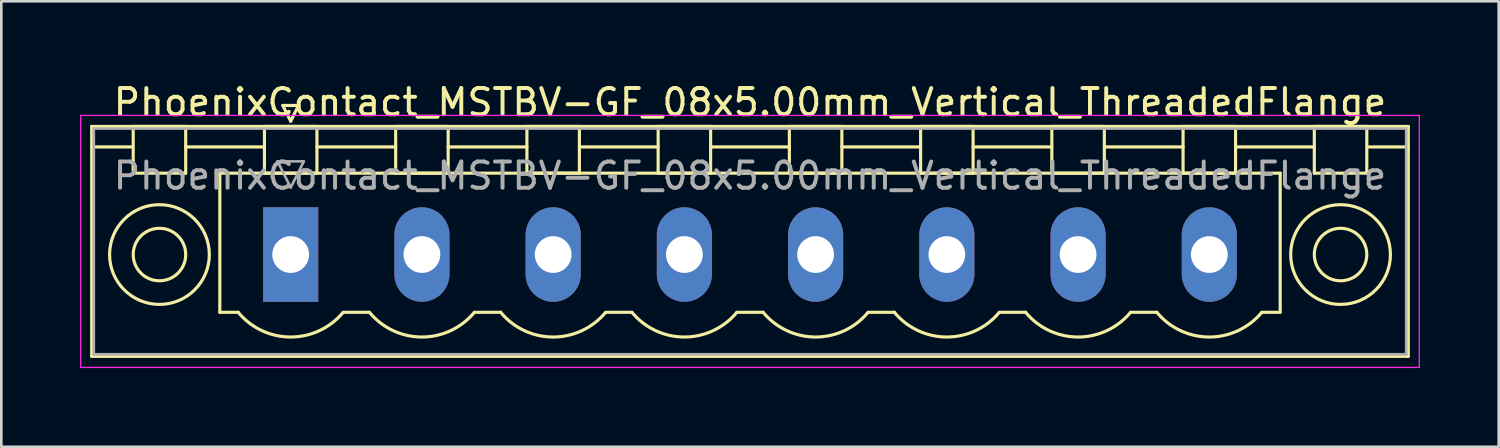
<source format=kicad_pcb>
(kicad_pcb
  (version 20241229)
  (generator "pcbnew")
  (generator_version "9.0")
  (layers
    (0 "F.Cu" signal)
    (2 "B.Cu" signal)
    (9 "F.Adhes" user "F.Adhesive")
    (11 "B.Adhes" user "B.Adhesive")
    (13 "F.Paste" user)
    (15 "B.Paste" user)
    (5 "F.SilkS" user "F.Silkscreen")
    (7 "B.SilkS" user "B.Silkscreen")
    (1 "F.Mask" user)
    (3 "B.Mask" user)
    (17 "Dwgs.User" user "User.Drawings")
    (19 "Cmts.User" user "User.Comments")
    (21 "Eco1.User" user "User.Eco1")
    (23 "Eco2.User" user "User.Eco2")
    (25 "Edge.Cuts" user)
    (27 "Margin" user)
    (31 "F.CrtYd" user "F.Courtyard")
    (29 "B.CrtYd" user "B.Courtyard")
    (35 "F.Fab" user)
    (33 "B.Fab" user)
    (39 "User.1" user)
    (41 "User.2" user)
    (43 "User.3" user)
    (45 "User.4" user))
  (footprint "PhoenixContact_MSTBV-GF_08x5.00mm_Vertical_ThreadedFlange"
    (layer "F.Cu")
    (at 8.025 6.648)
    (property "Reference" "PhoenixContact_MSTBV-GF_08x5.00mm_Vertical_ThreadedFlange" (at 17.5 -5.8 0) (layer "F.SilkS") (effects (font (size 1 1) (thickness 0.15))))
    (attr through_hole)
    (fp_line (start -7.58 -4.88) (end -7.58 3.88) (stroke (width 0.12) (type solid)) (layer "F.SilkS"))
    (fp_line (start -7.58 -4.1) (end -6.08 -4.1) (stroke (width 0.12) (type solid)) (layer "F.SilkS"))
    (fp_line (start -7.58 3.88) (end 42.58 3.88) (stroke (width 0.12) (type solid)) (layer "F.SilkS"))
    (fp_line (start -6 -4.88) (end -4 -4.88) (stroke (width 0.12) (type solid)) (layer "F.SilkS"))
    (fp_line (start -6 -3.1) (end -6 -4.88) (stroke (width 0.12) (type solid)) (layer "F.SilkS"))
    (fp_line (start -4 -4.88) (end -4 -3.1) (stroke (width 0.12) (type solid)) (layer "F.SilkS"))
    (fp_line (start -4 -4.1) (end -1 -4.1) (stroke (width 0.12) (type solid)) (layer "F.SilkS"))
    (fp_line (start -4 -3.1) (end -6 -3.1) (stroke (width 0.12) (type solid)) (layer "F.SilkS"))
    (fp_line (start -2.7 -3.1) (end 37.7 -3.1) (stroke (width 0.12) (type solid)) (layer "F.SilkS"))
    (fp_line (start -2.7 2.2) (end -2.7 -3.1) (stroke (width 0.12) (type solid)) (layer "F.SilkS"))
    (fp_line (start -2 2.2) (end -2.7 2.2) (stroke (width 0.12) (type solid)) (layer "F.SilkS"))
    (fp_line (start -1 -4.88) (end 1 -4.88) (stroke (width 0.12) (type solid)) (layer "F.SilkS"))
    (fp_line (start -1 -3.1) (end -1 -4.88) (stroke (width 0.12) (type solid)) (layer "F.SilkS"))
    (fp_line (start -0.3 -5.68) (end 0.3 -5.68) (stroke (width 0.12) (type solid)) (layer "F.SilkS"))
    (fp_line (start 0 -5.08) (end -0.3 -5.68) (stroke (width 0.12) (type solid)) (layer "F.SilkS"))
    (fp_line (start 0.3 -5.68) (end 0 -5.08) (stroke (width 0.12) (type solid)) (layer "F.SilkS"))
    (fp_line (start 1 -4.88) (end 1 -3.1) (stroke (width 0.12) (type solid)) (layer "F.SilkS"))
    (fp_line (start 1 -4.1) (end 4 -4.1) (stroke (width 0.12) (type solid)) (layer "F.SilkS"))
    (fp_line (start 1 -3.1) (end -1 -3.1) (stroke (width 0.12) (type solid)) (layer "F.SilkS"))
    (fp_line (start 2 2.2) (end 3 2.2) (stroke (width 0.12) (type solid)) (layer "F.SilkS"))
    (fp_line (start 4 -4.88) (end 6 -4.88) (stroke (width 0.12) (type solid)) (layer "F.SilkS"))
    (fp_line (start 4 -3.1) (end 4 -4.88) (stroke (width 0.12) (type solid)) (layer "F.SilkS"))
    (fp_line (start 6 -4.88) (end 6 -3.1) (stroke (width 0.12) (type solid)) (layer "F.SilkS"))
    (fp_line (start 6 -4.1) (end 9 -4.1) (stroke (width 0.12) (type solid)) (layer "F.SilkS"))
    (fp_line (start 6 -3.1) (end 4 -3.1) (stroke (width 0.12) (type solid)) (layer "F.SilkS"))
    (fp_line (start 7 2.2) (end 8 2.2) (stroke (width 0.12) (type solid)) (layer "F.SilkS"))
    (fp_line (start 9 -4.88) (end 11 -4.88) (stroke (width 0.12) (type solid)) (layer "F.SilkS"))
    (fp_line (start 9 -3.1) (end 9 -4.88) (stroke (width 0.12) (type solid)) (layer "F.SilkS"))
    (fp_line (start 11 -4.88) (end 11 -3.1) (stroke (width 0.12) (type solid)) (layer "F.SilkS"))
    (fp_line (start 11 -4.1) (end 14 -4.1) (stroke (width 0.12) (type solid)) (layer "F.SilkS"))
    (fp_line (start 11 -3.1) (end 9 -3.1) (stroke (width 0.12) (type solid)) (layer "F.SilkS"))
    (fp_line (start 12 2.2) (end 13 2.2) (stroke (width 0.12) (type solid)) (layer "F.SilkS"))
    (fp_line (start 14 -4.88) (end 16 -4.88) (stroke (width 0.12) (type solid)) (layer "F.SilkS"))
    (fp_line (start 14 -3.1) (end 14 -4.88) (stroke (width 0.12) (type solid)) (layer "F.SilkS"))
    (fp_line (start 16 -4.88) (end 16 -3.1) (stroke (width 0.12) (type solid)) (layer "F.SilkS"))
    (fp_line (start 16 -4.1) (end 19 -4.1) (stroke (width 0.12) (type solid)) (layer "F.SilkS"))
    (fp_line (start 16 -3.1) (end 14 -3.1) (stroke (width 0.12) (type solid)) (layer "F.SilkS"))
    (fp_line (start 17 2.2) (end 18 2.2) (stroke (width 0.12) (type solid)) (layer "F.SilkS"))
    (fp_line (start 19 -4.88) (end 21 -4.88) (stroke (width 0.12) (type solid)) (layer "F.SilkS"))
    (fp_line (start 19 -3.1) (end 19 -4.88) (stroke (width 0.12) (type solid)) (layer "F.SilkS"))
    (fp_line (start 21 -4.88) (end 21 -3.1) (stroke (width 0.12) (type solid)) (layer "F.SilkS"))
    (fp_line (start 21 -4.1) (end 24 -4.1) (stroke (width 0.12) (type solid)) (layer "F.SilkS"))
    (fp_line (start 21 -3.1) (end 19 -3.1) (stroke (width 0.12) (type solid)) (layer "F.SilkS"))
    (fp_line (start 22 2.2) (end 23 2.2) (stroke (width 0.12) (type solid)) (layer "F.SilkS"))
    (fp_line (start 24 -4.88) (end 26 -4.88) (stroke (width 0.12) (type solid)) (layer "F.SilkS"))
    (fp_line (start 24 -3.1) (end 24 -4.88) (stroke (width 0.12) (type solid)) (layer "F.SilkS"))
    (fp_line (start 26 -4.88) (end 26 -3.1) (stroke (width 0.12) (type solid)) (layer "F.SilkS"))
    (fp_line (start 26 -4.1) (end 29 -4.1) (stroke (width 0.12) (type solid)) (layer "F.SilkS"))
    (fp_line (start 26 -3.1) (end 24 -3.1) (stroke (width 0.12) (type solid)) (layer "F.SilkS"))
    (fp_line (start 27 2.2) (end 28 2.2) (stroke (width 0.12) (type solid)) (layer "F.SilkS"))
    (fp_line (start 29 -4.88) (end 31 -4.88) (stroke (width 0.12) (type solid)) (layer "F.SilkS"))
    (fp_line (start 29 -3.1) (end 29 -4.88) (stroke (width 0.12) (type solid)) (layer "F.SilkS"))
    (fp_line (start 31 -4.88) (end 31 -3.1) (stroke (width 0.12) (type solid)) (layer "F.SilkS"))
    (fp_line (start 31 -4.1) (end 34 -4.1) (stroke (width 0.12) (type solid)) (layer "F.SilkS"))
    (fp_line (start 31 -3.1) (end 29 -3.1) (stroke (width 0.12) (type solid)) (layer "F.SilkS"))
    (fp_line (start 32 2.2) (end 33 2.2) (stroke (width 0.12) (type solid)) (layer "F.SilkS"))
    (fp_line (start 34 -4.88) (end 36 -4.88) (stroke (width 0.12) (type solid)) (layer "F.SilkS"))
    (fp_line (start 34 -3.1) (end 34 -4.88) (stroke (width 0.12) (type solid)) (layer "F.SilkS"))
    (fp_line (start 36 -4.88) (end 36 -3.1) (stroke (width 0.12) (type solid)) (layer "F.SilkS"))
    (fp_line (start 36 -4.1) (end 39 -4.1) (stroke (width 0.12) (type solid)) (layer "F.SilkS"))
    (fp_line (start 36 -3.1) (end 34 -3.1) (stroke (width 0.12) (type solid)) (layer "F.SilkS"))
    (fp_line (start 37.7 -3.1) (end 37.7 2.2) (stroke (width 0.12) (type solid)) (layer "F.SilkS"))
    (fp_line (start 37.7 2.2) (end 37 2.2) (stroke (width 0.12) (type solid)) (layer "F.SilkS"))
    (fp_line (start 39 -4.88) (end 41 -4.88) (stroke (width 0.12) (type solid)) (layer "F.SilkS"))
    (fp_line (start 39 -3.1) (end 39 -4.88) (stroke (width 0.12) (type solid)) (layer "F.SilkS"))
    (fp_line (start 41 -4.88) (end 41 -3.1) (stroke (width 0.12) (type solid)) (layer "F.SilkS"))
    (fp_line (start 41 -3.1) (end 39 -3.1) (stroke (width 0.12) (type solid)) (layer "F.SilkS"))
    (fp_line (start 42.58 -4.88) (end -7.58 -4.88) (stroke (width 0.12) (type solid)) (layer "F.SilkS"))
    (fp_line (start 42.58 -4.1) (end 41.08 -4.1) (stroke (width 0.12) (type solid)) (layer "F.SilkS"))
    (fp_line (start 42.58 3.88) (end 42.58 -4.88) (stroke (width 0.12) (type solid)) (layer "F.SilkS"))
    (fp_arc (start 1.986842 2.215821) (mid -0.010289 3.142758) (end -2 2.2) (stroke (width 0.12) (type solid)) (layer "F.SilkS"))
    (fp_arc (start 6.986842 2.215821) (mid 4.989711 3.142758) (end 3 2.2) (stroke (width 0.12) (type solid)) (layer "F.SilkS"))
    (fp_arc (start 11.986842 2.215821) (mid 9.989711 3.142758) (end 8 2.2) (stroke (width 0.12) (type solid)) (layer "F.SilkS"))
    (fp_arc (start 16.986842 2.215821) (mid 14.989711 3.142758) (end 13 2.2) (stroke (width 0.12) (type solid)) (layer "F.SilkS"))
    (fp_arc (start 21.986842 2.215821) (mid 19.989711 3.142758) (end 18 2.2) (stroke (width 0.12) (type solid)) (layer "F.SilkS"))
    (fp_arc (start 26.986842 2.215821) (mid 24.989711 3.142758) (end 23 2.2) (stroke (width 0.12) (type solid)) (layer "F.SilkS"))
    (fp_arc (start 31.986842 2.215821) (mid 29.989711 3.142758) (end 28 2.2) (stroke (width 0.12) (type solid)) (layer "F.SilkS"))
    (fp_arc (start 36.986842 2.215821) (mid 34.989711 3.142758) (end 33 2.2) (stroke (width 0.12) (type solid)) (layer "F.SilkS"))
    (fp_circle (center -5 0) (end -4 0) (stroke (width 0.12) (type solid)) (fill no) (layer "F.SilkS"))
    (fp_circle (center -5 0) (end -3.1 0) (stroke (width 0.12) (type solid)) (fill no) (layer "F.SilkS"))
    (fp_circle (center 40 0) (end 41 0) (stroke (width 0.12) (type solid)) (fill no) (layer "F.SilkS"))
    (fp_circle (center 40 0) (end 41.9 0) (stroke (width 0.12) (type solid)) (fill no) (layer "F.SilkS"))
    (fp_line (start -8 -5.3) (end -8 4.3) (stroke (width 0.05) (type solid)) (layer "F.CrtYd"))
    (fp_line (start -8 4.3) (end 43 4.3) (stroke (width 0.05) (type solid)) (layer "F.CrtYd"))
    (fp_line (start 43 -5.3) (end -8 -5.3) (stroke (width 0.05) (type solid)) (layer "F.CrtYd"))
    (fp_line (start 43 4.3) (end 43 -5.3) (stroke (width 0.05) (type solid)) (layer "F.CrtYd"))
    (fp_line (start -7.5 -4.8) (end -7.5 3.8) (stroke (width 0.1) (type solid)) (layer "F.Fab"))
    (fp_line (start -7.5 3.8) (end 42.5 3.8) (stroke (width 0.1) (type solid)) (layer "F.Fab"))
    (fp_line (start -0.5 -3.55) (end 0.5 -3.55) (stroke (width 0.1) (type solid)) (layer "F.Fab"))
    (fp_line (start 0 -2.55) (end -0.5 -3.55) (stroke (width 0.1) (type solid)) (layer "F.Fab"))
    (fp_line (start 0.5 -3.55) (end 0 -2.55) (stroke (width 0.1) (type solid)) (layer "F.Fab"))
    (fp_line (start 42.5 -4.8) (end -7.5 -4.8) (stroke (width 0.1) (type solid)) (layer "F.Fab"))
    (fp_line (start 42.5 3.8) (end 42.5 -4.8) (stroke (width 0.1) (type solid)) (layer "F.Fab"))
    (fp_text user "${REFERENCE}" (at 17.5 -3 0) (layer "F.Fab") (effects (font (size 1 1) (thickness 0.15))))
    (pad "1" thru_hole rect (at 0 0) (size 2.1 3.6) (drill 1.4) (layers "*.Cu" "*.Mask"))
    (pad "2" thru_hole oval (at 5 0) (size 2.1 3.6) (drill 1.4) (layers "*.Cu" "*.Mask"))
    (pad "3" thru_hole oval (at 10 0) (size 2.1 3.6) (drill 1.4) (layers "*.Cu" "*.Mask"))
    (pad "4" thru_hole oval (at 15 0) (size 2.1 3.6) (drill 1.4) (layers "*.Cu" "*.Mask"))
    (pad "5" thru_hole oval (at 20 0) (size 2.1 3.6) (drill 1.4) (layers "*.Cu" "*.Mask"))
    (pad "6" thru_hole oval (at 25 0) (size 2.1 3.6) (drill 1.4) (layers "*.Cu" "*.Mask"))
    (pad "7" thru_hole oval (at 30 0) (size 2.1 3.6) (drill 1.4) (layers "*.Cu" "*.Mask"))
    (pad "8" thru_hole oval (at 35 0) (size 2.1 3.6) (drill 1.4) (layers "*.Cu" "*.Mask")))
  (gr_rect
    (start -3 -3)
    (end 54.05 13.973)
    (stroke (width 0.1) (type default))
    (fill no)
    (layer "Edge.Cuts")))
</source>
